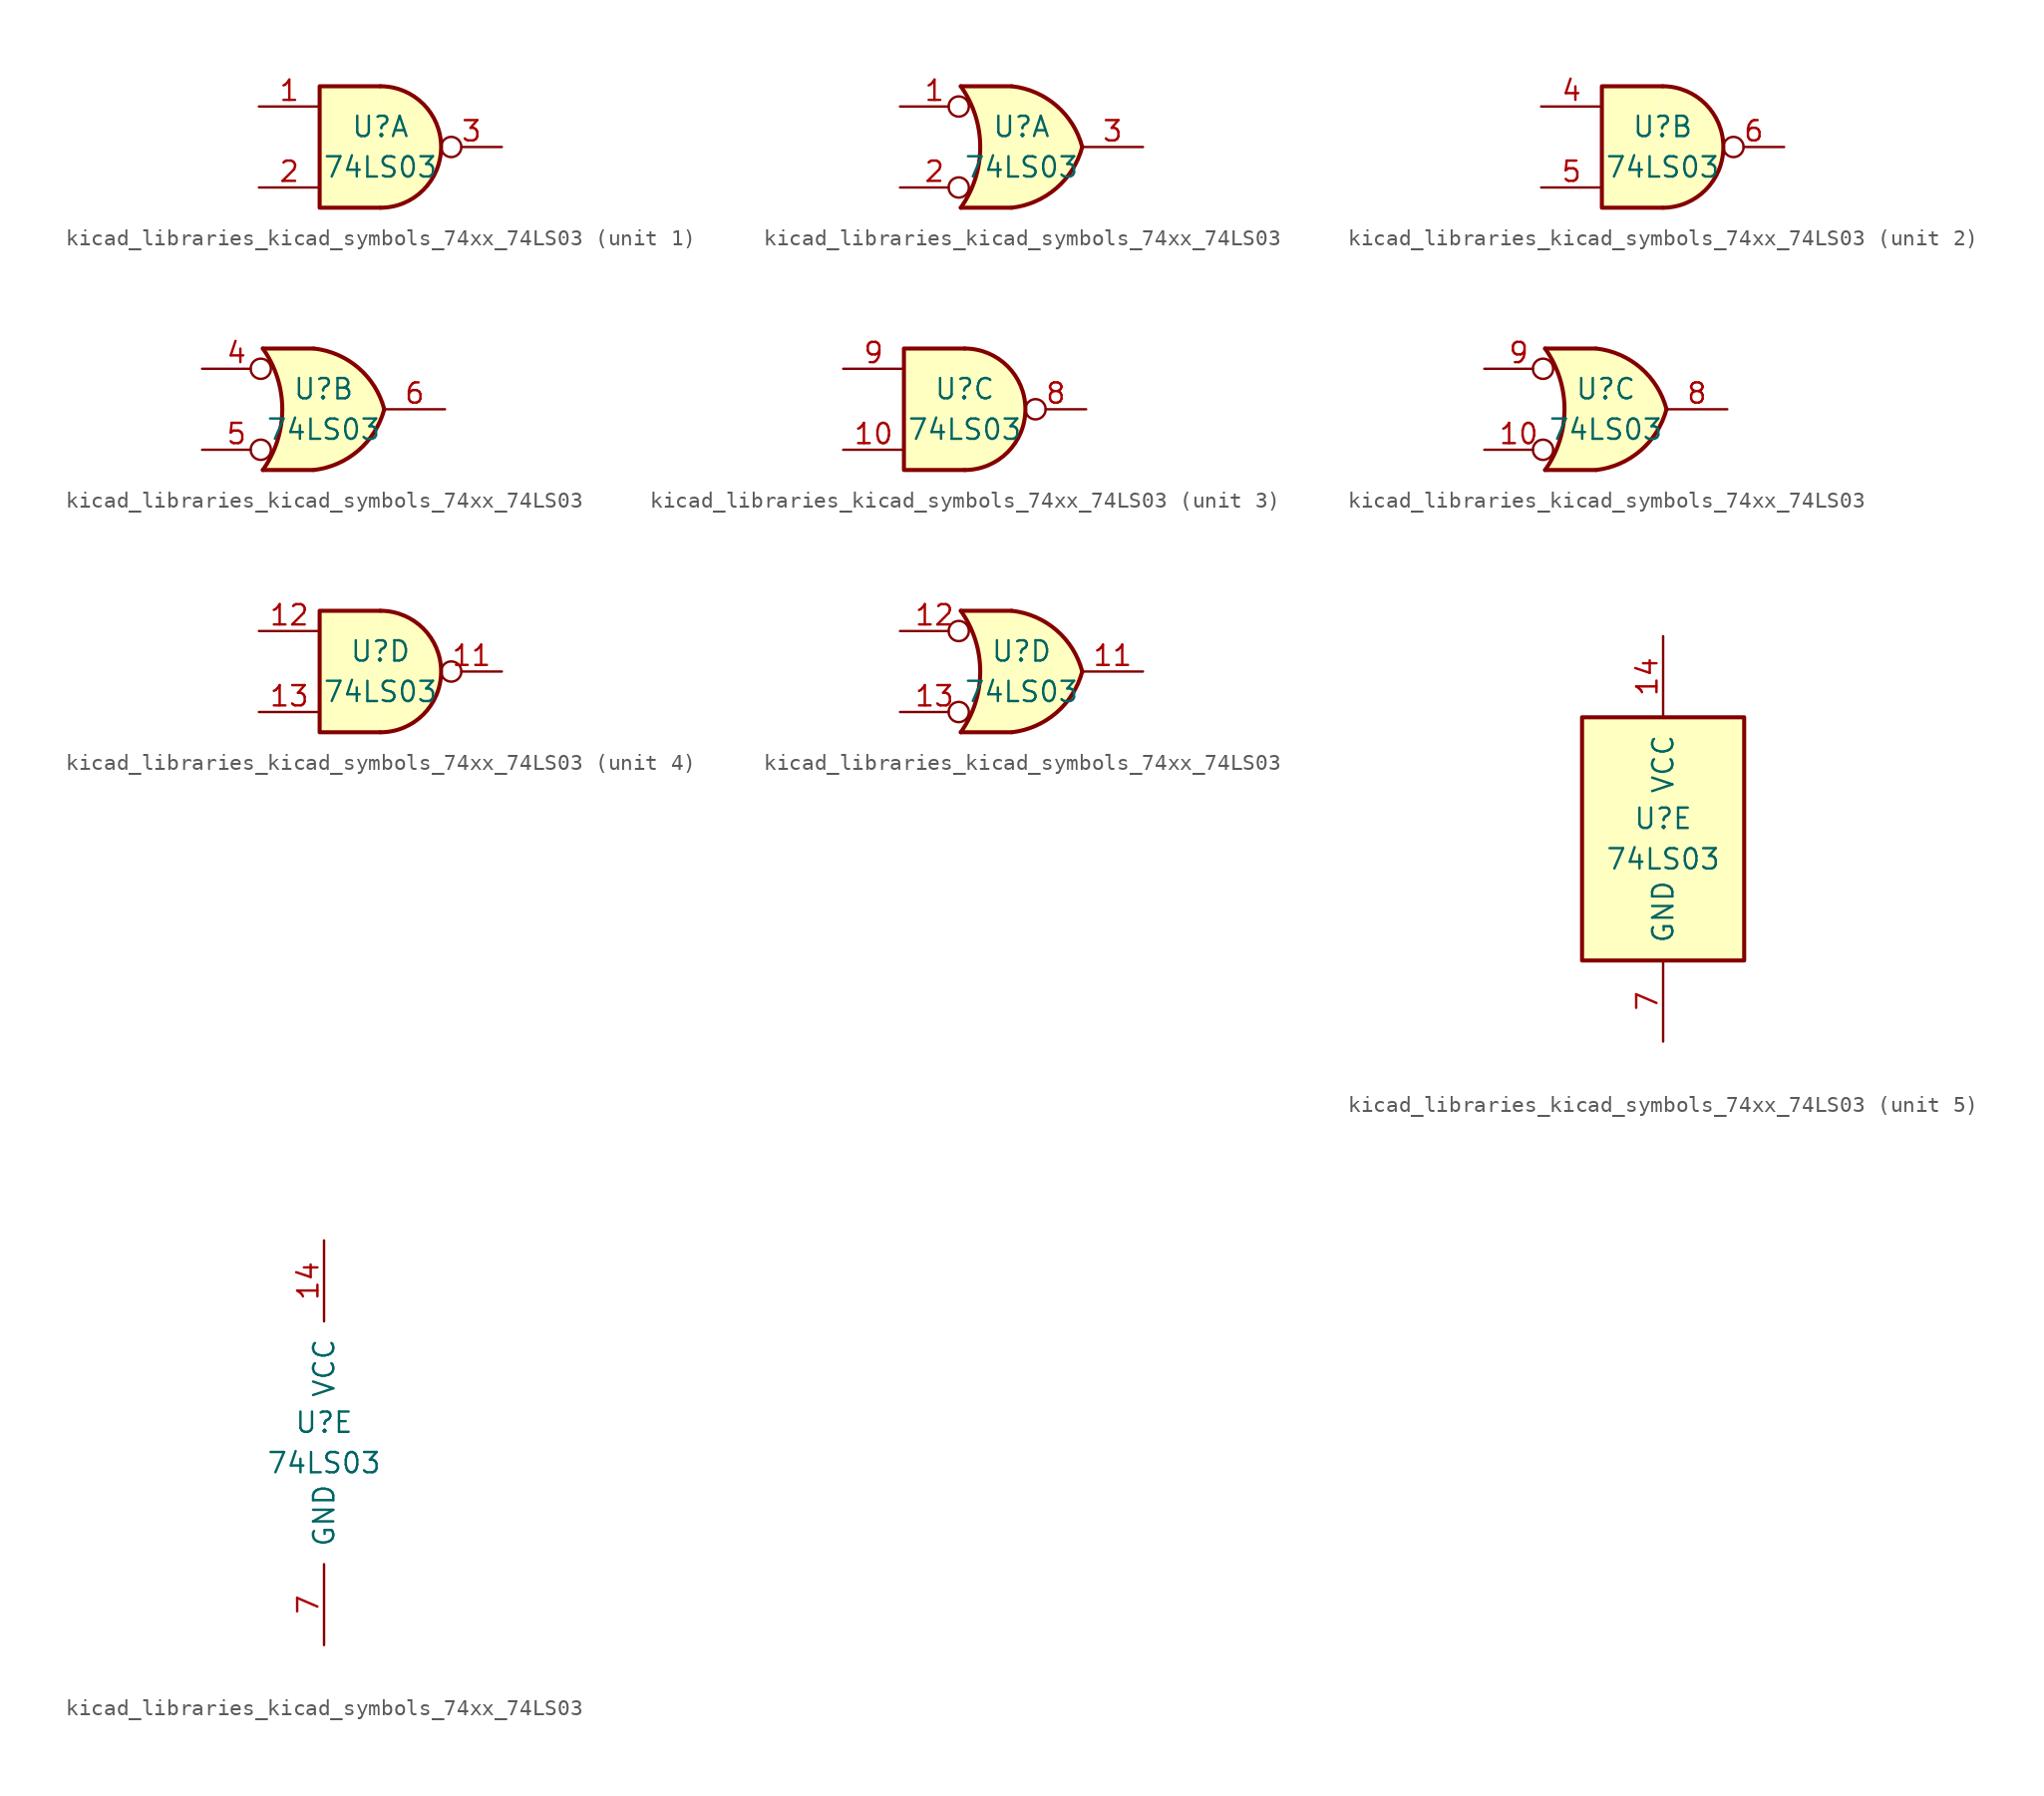
<source format=kicad_sym>
(kicad_symbol_lib
  (version 20220914)
  (generator kicad_symbol_editor)
  (symbol "kicad_libraries_kicad_symbols_74xx_74LS03"
    (pin_names
      (offset 1.016))
    (property "Reference" "U"
      (at 0 1.27 0)
      (effects (font (size 1.27 1.27))))
    (property "Value" "74LS03"
      (at 0 -1.27 0)
      (effects (font (size 1.27 1.27))))
    (property "ki_locked" ""
      (at 0 0 0)
      (effects (font (size 1.27 1.27))))
    (symbol "kicad_libraries_kicad_symbols_74xx_74LS03_1_1"
      (arc (start 0 -3.81) (mid 3.7934 0) (end 0 3.81) (stroke (width 0.254) (type default)) (fill (type background)))
      (polyline (pts (xy 0 3.81) (xy -3.81 3.81) (xy -3.81 -3.81) (xy 0 -3.81)) (stroke (width 0.254) (type default)) (fill (type background)))
      (pin input line (at -7.62 2.54 0) (length 3.81) (name "~" (effects (font (size 1.27 1.27)))) (number "1" (effects (font (size 1.27 1.27)))))
      (pin input line (at -7.62 -2.54 0) (length 3.81) (name "~" (effects (font (size 1.27 1.27)))) (number "2" (effects (font (size 1.27 1.27)))))
      (pin open_collector inverted (at 7.62 0 180) (length 3.81) (name "~" (effects (font (size 1.27 1.27)))) (number "3" (effects (font (size 1.27 1.27))))))
    (symbol "kicad_libraries_kicad_symbols_74xx_74LS03_1_2"
      (arc (start -3.81 -3.81) (mid -2.589 0) (end -3.81 3.81) (stroke (width 0.254) (type default)) (fill (type none)))
      (arc (start -0.6096 -3.81) (mid 2.1842 -2.5851) (end 3.81 0) (stroke (width 0.254) (type default)) (fill (type background)))
      (polyline (pts (xy -3.81 -3.81) (xy -0.635 -3.81)) (stroke (width 0.254) (type default)) (fill (type background)))
      (polyline (pts (xy -3.81 3.81) (xy -0.635 3.81)) (stroke (width 0.254) (type default)) (fill (type background)))
      (polyline (pts (xy -0.635 3.81) (xy -3.81 3.81) (xy -3.81 3.81) (xy -3.556 3.404) (xy -3.023 2.261) (xy -2.692 1.041) (xy -2.616 -0.254) (xy -2.769 -1.499) (xy -3.175 -2.718) (xy -3.81 -3.81) (xy -3.81 -3.81) (xy -0.635 -3.81)) (stroke (width -25.4) (type default)) (fill (type background)))
      (arc (start 3.81 0) (mid 2.1915 2.5936) (end -0.6096 3.81) (stroke (width 0.254) (type default)) (fill (type background)))
      (pin input inverted (at -7.62 2.54 0) (length 4.318) (name "~" (effects (font (size 1.27 1.27)))) (number "1" (effects (font (size 1.27 1.27)))))
      (pin input inverted (at -7.62 -2.54 0) (length 4.318) (name "~" (effects (font (size 1.27 1.27)))) (number "2" (effects (font (size 1.27 1.27)))))
      (pin open_collector line (at 7.62 0 180) (length 3.81) (name "~" (effects (font (size 1.27 1.27)))) (number "3" (effects (font (size 1.27 1.27))))))
    (symbol "kicad_libraries_kicad_symbols_74xx_74LS03_2_1"
      (arc (start 0 -3.81) (mid 3.7934 0) (end 0 3.81) (stroke (width 0.254) (type default)) (fill (type background)))
      (polyline (pts (xy 0 3.81) (xy -3.81 3.81) (xy -3.81 -3.81) (xy 0 -3.81)) (stroke (width 0.254) (type default)) (fill (type background)))
      (pin input line (at -7.62 2.54 0) (length 3.81) (name "~" (effects (font (size 1.27 1.27)))) (number "4" (effects (font (size 1.27 1.27)))))
      (pin input line (at -7.62 -2.54 0) (length 3.81) (name "~" (effects (font (size 1.27 1.27)))) (number "5" (effects (font (size 1.27 1.27)))))
      (pin open_collector inverted (at 7.62 0 180) (length 3.81) (name "~" (effects (font (size 1.27 1.27)))) (number "6" (effects (font (size 1.27 1.27))))))
    (symbol "kicad_libraries_kicad_symbols_74xx_74LS03_2_2"
      (arc (start -3.81 -3.81) (mid -2.589 0) (end -3.81 3.81) (stroke (width 0.254) (type default)) (fill (type none)))
      (arc (start -0.6096 -3.81) (mid 2.1842 -2.5851) (end 3.81 0) (stroke (width 0.254) (type default)) (fill (type background)))
      (polyline (pts (xy -3.81 -3.81) (xy -0.635 -3.81)) (stroke (width 0.254) (type default)) (fill (type background)))
      (polyline (pts (xy -3.81 3.81) (xy -0.635 3.81)) (stroke (width 0.254) (type default)) (fill (type background)))
      (polyline (pts (xy -0.635 3.81) (xy -3.81 3.81) (xy -3.81 3.81) (xy -3.556 3.404) (xy -3.023 2.261) (xy -2.692 1.041) (xy -2.616 -0.254) (xy -2.769 -1.499) (xy -3.175 -2.718) (xy -3.81 -3.81) (xy -3.81 -3.81) (xy -0.635 -3.81)) (stroke (width -25.4) (type default)) (fill (type background)))
      (arc (start 3.81 0) (mid 2.1915 2.5936) (end -0.6096 3.81) (stroke (width 0.254) (type default)) (fill (type background)))
      (pin input inverted (at -7.62 2.54 0) (length 4.318) (name "~" (effects (font (size 1.27 1.27)))) (number "4" (effects (font (size 1.27 1.27)))))
      (pin input inverted (at -7.62 -2.54 0) (length 4.318) (name "~" (effects (font (size 1.27 1.27)))) (number "5" (effects (font (size 1.27 1.27)))))
      (pin open_collector line (at 7.62 0 180) (length 3.81) (name "~" (effects (font (size 1.27 1.27)))) (number "6" (effects (font (size 1.27 1.27))))))
    (symbol "kicad_libraries_kicad_symbols_74xx_74LS03_3_1"
      (arc (start 0 -3.81) (mid 3.7934 0) (end 0 3.81) (stroke (width 0.254) (type default)) (fill (type background)))
      (polyline (pts (xy 0 3.81) (xy -3.81 3.81) (xy -3.81 -3.81) (xy 0 -3.81)) (stroke (width 0.254) (type default)) (fill (type background)))
      (pin input line (at -7.62 -2.54 0) (length 3.81) (name "~" (effects (font (size 1.27 1.27)))) (number "10" (effects (font (size 1.27 1.27)))))
      (pin open_collector inverted (at 7.62 0 180) (length 3.81) (name "~" (effects (font (size 1.27 1.27)))) (number "8" (effects (font (size 1.27 1.27)))))
      (pin input line (at -7.62 2.54 0) (length 3.81) (name "~" (effects (font (size 1.27 1.27)))) (number "9" (effects (font (size 1.27 1.27))))))
    (symbol "kicad_libraries_kicad_symbols_74xx_74LS03_3_2"
      (arc (start -3.81 -3.81) (mid -2.589 0) (end -3.81 3.81) (stroke (width 0.254) (type default)) (fill (type none)))
      (arc (start -0.6096 -3.81) (mid 2.1842 -2.5851) (end 3.81 0) (stroke (width 0.254) (type default)) (fill (type background)))
      (polyline (pts (xy -3.81 -3.81) (xy -0.635 -3.81)) (stroke (width 0.254) (type default)) (fill (type background)))
      (polyline (pts (xy -3.81 3.81) (xy -0.635 3.81)) (stroke (width 0.254) (type default)) (fill (type background)))
      (polyline (pts (xy -0.635 3.81) (xy -3.81 3.81) (xy -3.81 3.81) (xy -3.556 3.404) (xy -3.023 2.261) (xy -2.692 1.041) (xy -2.616 -0.254) (xy -2.769 -1.499) (xy -3.175 -2.718) (xy -3.81 -3.81) (xy -3.81 -3.81) (xy -0.635 -3.81)) (stroke (width -25.4) (type default)) (fill (type background)))
      (arc (start 3.81 0) (mid 2.1915 2.5936) (end -0.6096 3.81) (stroke (width 0.254) (type default)) (fill (type background)))
      (pin input inverted (at -7.62 -2.54 0) (length 4.318) (name "~" (effects (font (size 1.27 1.27)))) (number "10" (effects (font (size 1.27 1.27)))))
      (pin open_collector line (at 7.62 0 180) (length 3.81) (name "~" (effects (font (size 1.27 1.27)))) (number "8" (effects (font (size 1.27 1.27)))))
      (pin input inverted (at -7.62 2.54 0) (length 4.318) (name "~" (effects (font (size 1.27 1.27)))) (number "9" (effects (font (size 1.27 1.27))))))
    (symbol "kicad_libraries_kicad_symbols_74xx_74LS03_4_1"
      (arc (start 0 -3.81) (mid 3.7934 0) (end 0 3.81) (stroke (width 0.254) (type default)) (fill (type background)))
      (polyline (pts (xy 0 3.81) (xy -3.81 3.81) (xy -3.81 -3.81) (xy 0 -3.81)) (stroke (width 0.254) (type default)) (fill (type background)))
      (pin open_collector inverted (at 7.62 0 180) (length 3.81) (name "~" (effects (font (size 1.27 1.27)))) (number "11" (effects (font (size 1.27 1.27)))))
      (pin input line (at -7.62 2.54 0) (length 3.81) (name "~" (effects (font (size 1.27 1.27)))) (number "12" (effects (font (size 1.27 1.27)))))
      (pin input line (at -7.62 -2.54 0) (length 3.81) (name "~" (effects (font (size 1.27 1.27)))) (number "13" (effects (font (size 1.27 1.27))))))
    (symbol "kicad_libraries_kicad_symbols_74xx_74LS03_4_2"
      (arc (start -3.81 -3.81) (mid -2.589 0) (end -3.81 3.81) (stroke (width 0.254) (type default)) (fill (type none)))
      (arc (start -0.6096 -3.81) (mid 2.1842 -2.5851) (end 3.81 0) (stroke (width 0.254) (type default)) (fill (type background)))
      (polyline (pts (xy -3.81 -3.81) (xy -0.635 -3.81)) (stroke (width 0.254) (type default)) (fill (type background)))
      (polyline (pts (xy -3.81 3.81) (xy -0.635 3.81)) (stroke (width 0.254) (type default)) (fill (type background)))
      (polyline (pts (xy -0.635 3.81) (xy -3.81 3.81) (xy -3.81 3.81) (xy -3.556 3.404) (xy -3.023 2.261) (xy -2.692 1.041) (xy -2.616 -0.254) (xy -2.769 -1.499) (xy -3.175 -2.718) (xy -3.81 -3.81) (xy -3.81 -3.81) (xy -0.635 -3.81)) (stroke (width -25.4) (type default)) (fill (type background)))
      (arc (start 3.81 0) (mid 2.1915 2.5936) (end -0.6096 3.81) (stroke (width 0.254) (type default)) (fill (type background)))
      (pin open_collector line (at 7.62 0 180) (length 3.81) (name "~" (effects (font (size 1.27 1.27)))) (number "11" (effects (font (size 1.27 1.27)))))
      (pin input inverted (at -7.62 2.54 0) (length 4.318) (name "~" (effects (font (size 1.27 1.27)))) (number "12" (effects (font (size 1.27 1.27)))))
      (pin input inverted (at -7.62 -2.54 0) (length 4.318) (name "~" (effects (font (size 1.27 1.27)))) (number "13" (effects (font (size 1.27 1.27))))))
    (symbol "kicad_libraries_kicad_symbols_74xx_74LS03_5_0"
      (pin power_in line (at 0 12.7 270) (length 5.08) (name "VCC" (effects (font (size 1.27 1.27)))) (number "14" (effects (font (size 1.27 1.27)))))
      (pin power_in line (at 0 -12.7 90) (length 5.08) (name "GND" (effects (font (size 1.27 1.27)))) (number "7" (effects (font (size 1.27 1.27))))))
    (symbol "kicad_libraries_kicad_symbols_74xx_74LS03_5_1"
      (rectangle (start -5.08 7.62) (end 5.08 -7.62) (stroke (width 0.254) (type default)) (fill (type background))))))
</source>
